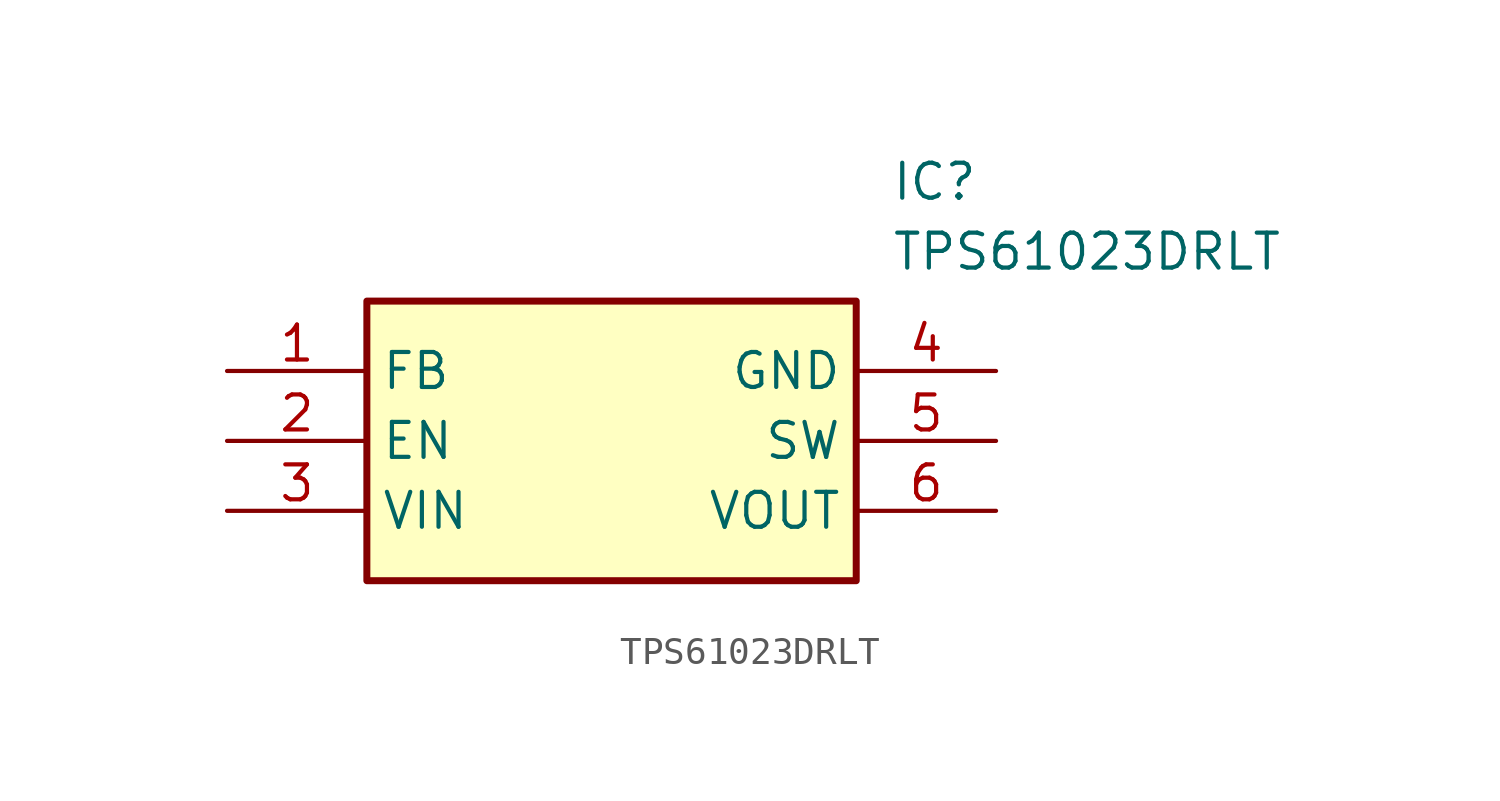
<source format=kicad_sym>
(kicad_symbol_lib
  (version 20211014)
  (generator SamacSys_ECAD_Model)
  (symbol "TPS61023DRLT"
    (property "Reference" "IC"
      (at 24.13 7.62 0)
      (effects (font (size 1.27 1.27)) (justify left top)))
    (property "Value" "TPS61023DRLT"
      (at 24.13 5.08 0)
      (effects (font (size 1.27 1.27)) (justify left top)))
    (rectangle
      (start 5.08 2.54)
      (end 22.86 -7.62)
      (stroke (width 0.254) (type default))
      (fill (type background)))
    (pin passive line
      (at 0 0 0)
      (length 5.08)
      (name "FB" (effects (font (size 1.27 1.27))))
      (number "1" (effects (font (size 1.27 1.27)))))
    (pin passive line
      (at 0 -2.54 0)
      (length 5.08)
      (name "EN" (effects (font (size 1.27 1.27))))
      (number "2" (effects (font (size 1.27 1.27)))))
    (pin passive line
      (at 0 -5.08 0)
      (length 5.08)
      (name "VIN" (effects (font (size 1.27 1.27))))
      (number "3" (effects (font (size 1.27 1.27)))))
    (pin passive line
      (at 27.94 0 180)
      (length 5.08)
      (name "GND" (effects (font (size 1.27 1.27))))
      (number "4" (effects (font (size 1.27 1.27)))))
    (pin passive line
      (at 27.94 -2.54 180)
      (length 5.08)
      (name "SW" (effects (font (size 1.27 1.27))))
      (number "5" (effects (font (size 1.27 1.27)))))
    (pin passive line
      (at 27.94 -5.08 180)
      (length 5.08)
      (name "VOUT" (effects (font (size 1.27 1.27))))
      (number "6" (effects (font (size 1.27 1.27)))))))
</source>
